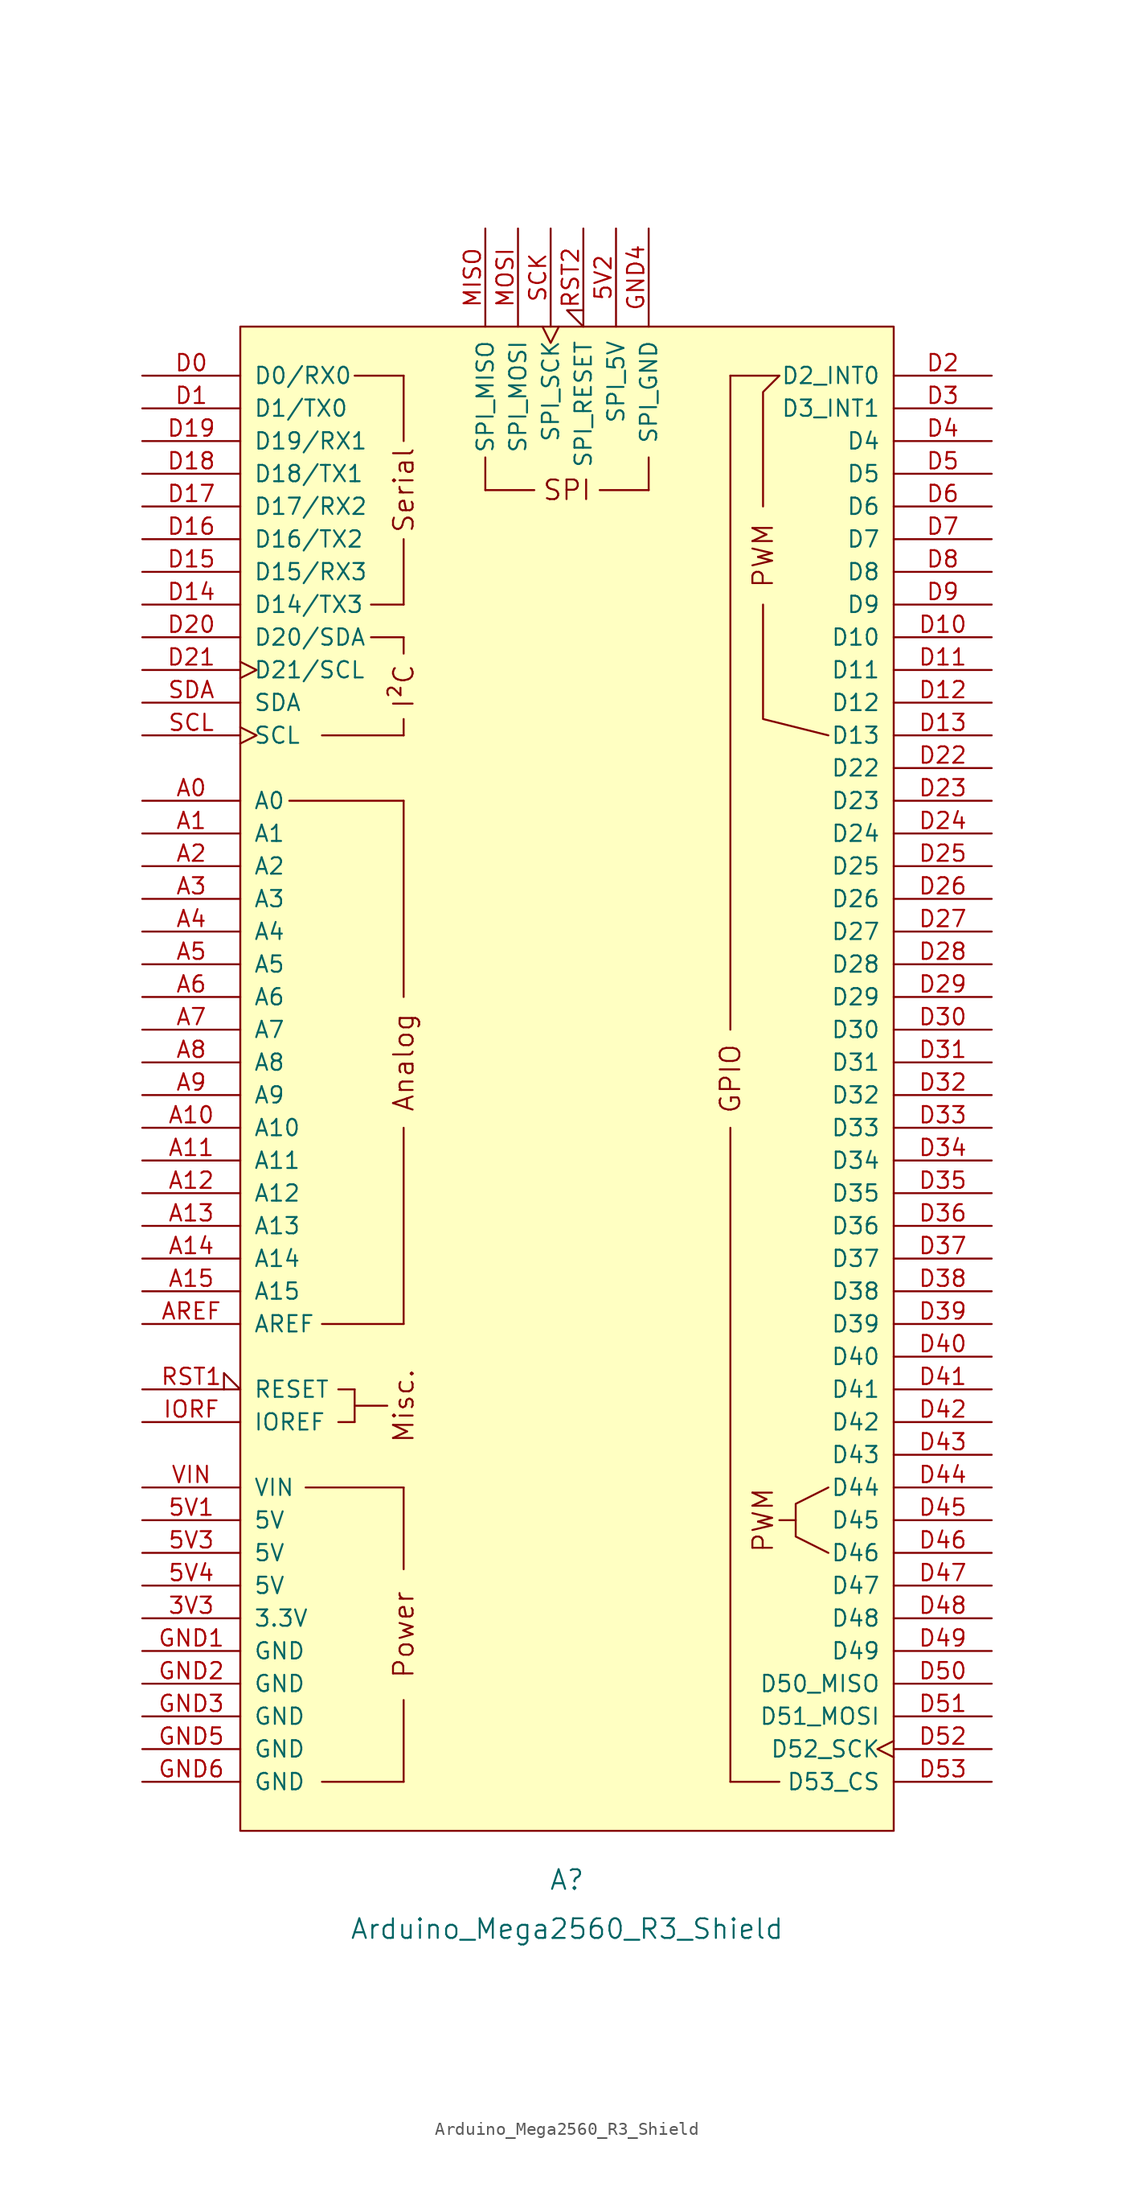
<source format=kicad_sym>
(kicad_symbol_lib
  (version 20211014)
  (generator kicad_symbol_editor)
  (symbol "Arduino_Mega2560_R3_Shield"
    (pin_names
      (offset 1.016))
    (property "Reference" "A"
      (at 0 -62.23 0)
      (effects (font (size 1.524 1.524))))
    (property "Value" "Arduino_Mega2560_R3_Shield"
      (at 0 -66.04 0)
      (effects (font (size 1.524 1.524))))
    (symbol "Arduino_Mega2560_R3_Shield_0_0"
      (rectangle (start -25.4 -58.42) (end 25.4 58.42) (stroke (width 0) (type default) (color 0 0 0 0)) (fill (type background)))
      (rectangle (start -20.32 -31.75) (end -12.7 -31.75) (stroke (width 0) (type default) (color 0 0 0 0)) (fill (type none)))
      (rectangle (start -19.05 -54.61) (end -12.7 -54.61) (stroke (width 0) (type default) (color 0 0 0 0)) (fill (type none)))
      (rectangle (start -19.05 -19.05) (end -12.7 -19.05) (stroke (width 0) (type default) (color 0 0 0 0)) (fill (type none)))
      (rectangle (start -19.05 26.67) (end -12.7 26.67) (stroke (width 0) (type default) (color 0 0 0 0)) (fill (type none)))
      (rectangle (start -17.78 -26.67) (end -16.51 -26.67) (stroke (width 0) (type default) (color 0 0 0 0)) (fill (type none)))
      (rectangle (start -17.78 -24.13) (end -16.51 -24.13) (stroke (width 0) (type default) (color 0 0 0 0)) (fill (type none)))
      (rectangle (start -16.51 -25.4) (end -13.97 -25.4) (stroke (width 0) (type default) (color 0 0 0 0)) (fill (type none)))
      (rectangle (start -16.51 -24.13) (end -16.51 -26.67) (stroke (width 0) (type default) (color 0 0 0 0)) (fill (type none)))
      (rectangle (start -16.51 54.61) (end -12.7 54.61) (stroke (width 0) (type default) (color 0 0 0 0)) (fill (type none)))
      (rectangle (start -15.24 34.29) (end -12.7 34.29) (stroke (width 0) (type default) (color 0 0 0 0)) (fill (type none)))
      (rectangle (start -15.24 36.83) (end -12.7 36.83) (stroke (width 0) (type default) (color 0 0 0 0)) (fill (type none)))
      (rectangle (start -12.7 -54.61) (end -12.7 -48.26) (stroke (width 0) (type default) (color 0 0 0 0)) (fill (type none)))
      (rectangle (start -12.7 -31.75) (end -12.7 -38.1) (stroke (width 0) (type default) (color 0 0 0 0)) (fill (type none)))
      (rectangle (start -12.7 26.67) (end -12.7 27.94) (stroke (width 0) (type default) (color 0 0 0 0)) (fill (type none)))
      (rectangle (start -12.7 34.29) (end -12.7 33.02) (stroke (width 0) (type default) (color 0 0 0 0)) (fill (type none)))
      (rectangle (start -12.7 41.91) (end -12.7 36.83) (stroke (width 0) (type default) (color 0 0 0 0)) (fill (type none)))
      (rectangle (start -12.7 49.53) (end -12.7 54.61) (stroke (width 0) (type default) (color 0 0 0 0)) (fill (type none)))
      (rectangle (start -6.35 48.26) (end -6.35 45.72) (stroke (width 0) (type default) (color 0 0 0 0)) (fill (type none)))
      (rectangle (start -2.54 45.72) (end -6.35 45.72) (stroke (width 0) (type default) (color 0 0 0 0)) (fill (type none)))
      (polyline (pts (xy -21.59 21.59) (xy -12.7 21.59)) (stroke (width 0) (type default) (color 0 0 0 0)) (fill (type none)))
      (polyline (pts (xy -12.7 -19.05) (xy -12.7 -3.81)) (stroke (width 0) (type default) (color 0 0 0 0)) (fill (type none)))
      (polyline (pts (xy -12.7 6.35) (xy -12.7 21.59)) (stroke (width 0) (type default) (color 0 0 0 0)) (fill (type none)))
      (polyline (pts (xy 12.7 -54.61) (xy 16.51 -54.61)) (stroke (width 0) (type default) (color 0 0 0 0)) (fill (type none)))
      (polyline (pts (xy 12.7 54.61) (xy 16.51 54.61)) (stroke (width 0) (type default) (color 0 0 0 0)) (fill (type none)))
      (polyline (pts (xy 17.78 -34.29) (xy 16.51 -34.29)) (stroke (width 0) (type default) (color 0 0 0 0)) (fill (type none)))
      (polyline (pts (xy 15.24 36.83) (xy 15.24 27.94) (xy 20.32 26.67)) (stroke (width 0) (type default) (color 0 0 0 0)) (fill (type none)))
      (polyline (pts (xy 15.24 44.45) (xy 15.24 53.34) (xy 16.51 54.61)) (stroke (width 0) (type default) (color 0 0 0 0)) (fill (type none)))
      (polyline (pts (xy 20.32 -31.75) (xy 17.78 -33.02) (xy 17.78 -35.56) (xy 20.32 -36.83)) (stroke (width 0) (type default) (color 0 0 0 0)) (fill (type none)))
      (rectangle (start 6.35 45.72) (end 2.54 45.72) (stroke (width 0) (type default) (color 0 0 0 0)) (fill (type none)))
      (rectangle (start 6.35 48.26) (end 6.35 45.72) (stroke (width 0) (type default) (color 0 0 0 0)) (fill (type none)))
      (text "Analog" (at -12.7 1.27 900) (effects (font (size 1.524 1.524))))
      (text "I²C" (at -12.7 30.48 900) (effects (font (size 1.524 1.524))))
      (text "Misc." (at -12.7 -25.4 900) (effects (font (size 1.524 1.524))))
      (text "Power" (at -12.7 -43.18 900) (effects (font (size 1.524 1.524))))
      (text "PWM" (at 15.24 -34.29 900) (effects (font (size 1.524 1.524))))
      (text "PWM" (at 15.24 40.64 900) (effects (font (size 1.524 1.524))))
      (text "Serial" (at -12.7 45.72 900) (effects (font (size 1.524 1.524))))
      (text "SPI" (at 0 45.72 0) (effects (font (size 1.524 1.524)))))
    (symbol "Arduino_Mega2560_R3_Shield_1_0"
      (rectangle (start 12.7 -54.61) (end 12.7 -3.81) (stroke (width 0) (type default) (color 0 0 0 0)) (fill (type none)))
      (rectangle (start 12.7 54.61) (end 12.7 3.81) (stroke (width 0) (type default) (color 0 0 0 0)) (fill (type none)))
      (text "GPIO" (at 12.7 0 900) (effects (font (size 1.524 1.524)))))
    (symbol "Arduino_Mega2560_R3_Shield_1_1"
      (pin power_out line (at -33.02 -41.91 0) (length 7.62) (name "3.3V" (effects (font (size 1.27 1.27)))) (number "3V3" (effects (font (size 1.27 1.27)))))
      (pin power_in line (at -33.02 -34.29 0) (length 7.62) (name "5V" (effects (font (size 1.27 1.27)))) (number "5V1" (effects (font (size 1.27 1.27)))))
      (pin power_in line (at 3.81 66.04 270) (length 7.62) (name "SPI_5V" (effects (font (size 1.27 1.27)))) (number "5V2" (effects (font (size 1.27 1.27)))))
      (pin power_in line (at -33.02 -36.83 0) (length 7.62) (name "5V" (effects (font (size 1.27 1.27)))) (number "5V3" (effects (font (size 1.27 1.27)))))
      (pin power_in line (at -33.02 -39.37 0) (length 7.62) (name "5V" (effects (font (size 1.27 1.27)))) (number "5V4" (effects (font (size 1.27 1.27)))))
      (pin bidirectional line (at -33.02 21.59 0) (length 7.62) (name "A0" (effects (font (size 1.27 1.27)))) (number "A0" (effects (font (size 1.27 1.27)))))
      (pin bidirectional line (at -33.02 19.05 0) (length 7.62) (name "A1" (effects (font (size 1.27 1.27)))) (number "A1" (effects (font (size 1.27 1.27)))))
      (pin bidirectional line (at -33.02 -3.81 0) (length 7.62) (name "A10" (effects (font (size 1.27 1.27)))) (number "A10" (effects (font (size 1.27 1.27)))))
      (pin bidirectional line (at -33.02 -6.35 0) (length 7.62) (name "A11" (effects (font (size 1.27 1.27)))) (number "A11" (effects (font (size 1.27 1.27)))))
      (pin bidirectional line (at -33.02 -8.89 0) (length 7.62) (name "A12" (effects (font (size 1.27 1.27)))) (number "A12" (effects (font (size 1.27 1.27)))))
      (pin bidirectional line (at -33.02 -11.43 0) (length 7.62) (name "A13" (effects (font (size 1.27 1.27)))) (number "A13" (effects (font (size 1.27 1.27)))))
      (pin bidirectional line (at -33.02 -13.97 0) (length 7.62) (name "A14" (effects (font (size 1.27 1.27)))) (number "A14" (effects (font (size 1.27 1.27)))))
      (pin bidirectional line (at -33.02 -16.51 0) (length 7.62) (name "A15" (effects (font (size 1.27 1.27)))) (number "A15" (effects (font (size 1.27 1.27)))))
      (pin bidirectional line (at -33.02 16.51 0) (length 7.62) (name "A2" (effects (font (size 1.27 1.27)))) (number "A2" (effects (font (size 1.27 1.27)))))
      (pin bidirectional line (at -33.02 13.97 0) (length 7.62) (name "A3" (effects (font (size 1.27 1.27)))) (number "A3" (effects (font (size 1.27 1.27)))))
      (pin bidirectional line (at -33.02 11.43 0) (length 7.62) (name "A4" (effects (font (size 1.27 1.27)))) (number "A4" (effects (font (size 1.27 1.27)))))
      (pin bidirectional line (at -33.02 8.89 0) (length 7.62) (name "A5" (effects (font (size 1.27 1.27)))) (number "A5" (effects (font (size 1.27 1.27)))))
      (pin bidirectional line (at -33.02 6.35 0) (length 7.62) (name "A6" (effects (font (size 1.27 1.27)))) (number "A6" (effects (font (size 1.27 1.27)))))
      (pin bidirectional line (at -33.02 3.81 0) (length 7.62) (name "A7" (effects (font (size 1.27 1.27)))) (number "A7" (effects (font (size 1.27 1.27)))))
      (pin bidirectional line (at -33.02 1.27 0) (length 7.62) (name "A8" (effects (font (size 1.27 1.27)))) (number "A8" (effects (font (size 1.27 1.27)))))
      (pin bidirectional line (at -33.02 -1.27 0) (length 7.62) (name "A9" (effects (font (size 1.27 1.27)))) (number "A9" (effects (font (size 1.27 1.27)))))
      (pin input line (at -33.02 -19.05 0) (length 7.62) (name "AREF" (effects (font (size 1.27 1.27)))) (number "AREF" (effects (font (size 1.27 1.27)))))
      (pin bidirectional line (at -33.02 54.61 0) (length 7.62) (name "D0/RX0" (effects (font (size 1.27 1.27)))) (number "D0" (effects (font (size 1.27 1.27)))))
      (pin bidirectional line (at -33.02 52.07 0) (length 7.62) (name "D1/TX0" (effects (font (size 1.27 1.27)))) (number "D1" (effects (font (size 1.27 1.27)))))
      (pin bidirectional line (at 33.02 34.29 180) (length 7.62) (name "D10" (effects (font (size 1.27 1.27)))) (number "D10" (effects (font (size 1.27 1.27)))))
      (pin bidirectional line (at 33.02 31.75 180) (length 7.62) (name "D11" (effects (font (size 1.27 1.27)))) (number "D11" (effects (font (size 1.27 1.27)))))
      (pin bidirectional line (at 33.02 29.21 180) (length 7.62) (name "D12" (effects (font (size 1.27 1.27)))) (number "D12" (effects (font (size 1.27 1.27)))))
      (pin bidirectional line (at 33.02 26.67 180) (length 7.62) (name "D13" (effects (font (size 1.27 1.27)))) (number "D13" (effects (font (size 1.27 1.27)))))
      (pin bidirectional line (at -33.02 36.83 0) (length 7.62) (name "D14/TX3" (effects (font (size 1.27 1.27)))) (number "D14" (effects (font (size 1.27 1.27)))))
      (pin bidirectional line (at -33.02 39.37 0) (length 7.62) (name "D15/RX3" (effects (font (size 1.27 1.27)))) (number "D15" (effects (font (size 1.27 1.27)))))
      (pin bidirectional line (at -33.02 41.91 0) (length 7.62) (name "D16/TX2" (effects (font (size 1.27 1.27)))) (number "D16" (effects (font (size 1.27 1.27)))))
      (pin bidirectional line (at -33.02 44.45 0) (length 7.62) (name "D17/RX2" (effects (font (size 1.27 1.27)))) (number "D17" (effects (font (size 1.27 1.27)))))
      (pin bidirectional line (at -33.02 46.99 0) (length 7.62) (name "D18/TX1" (effects (font (size 1.27 1.27)))) (number "D18" (effects (font (size 1.27 1.27)))))
      (pin bidirectional line (at -33.02 49.53 0) (length 7.62) (name "D19/RX1" (effects (font (size 1.27 1.27)))) (number "D19" (effects (font (size 1.27 1.27)))))
      (pin bidirectional line (at 33.02 54.61 180) (length 7.62) (name "D2_INT0" (effects (font (size 1.27 1.27)))) (number "D2" (effects (font (size 1.27 1.27)))))
      (pin bidirectional line (at -33.02 34.29 0) (length 7.62) (name "D20/SDA" (effects (font (size 1.27 1.27)))) (number "D20" (effects (font (size 1.27 1.27)))))
      (pin bidirectional clock (at -33.02 31.75 0) (length 7.62) (name "D21/SCL" (effects (font (size 1.27 1.27)))) (number "D21" (effects (font (size 1.27 1.27)))))
      (pin bidirectional line (at 33.02 24.13 180) (length 7.62) (name "D22" (effects (font (size 1.27 1.27)))) (number "D22" (effects (font (size 1.27 1.27)))))
      (pin bidirectional line (at 33.02 21.59 180) (length 7.62) (name "D23" (effects (font (size 1.27 1.27)))) (number "D23" (effects (font (size 1.27 1.27)))))
      (pin bidirectional line (at 33.02 19.05 180) (length 7.62) (name "D24" (effects (font (size 1.27 1.27)))) (number "D24" (effects (font (size 1.27 1.27)))))
      (pin bidirectional line (at 33.02 16.51 180) (length 7.62) (name "D25" (effects (font (size 1.27 1.27)))) (number "D25" (effects (font (size 1.27 1.27)))))
      (pin bidirectional line (at 33.02 13.97 180) (length 7.62) (name "D26" (effects (font (size 1.27 1.27)))) (number "D26" (effects (font (size 1.27 1.27)))))
      (pin bidirectional line (at 33.02 11.43 180) (length 7.62) (name "D27" (effects (font (size 1.27 1.27)))) (number "D27" (effects (font (size 1.27 1.27)))))
      (pin bidirectional line (at 33.02 8.89 180) (length 7.62) (name "D28" (effects (font (size 1.27 1.27)))) (number "D28" (effects (font (size 1.27 1.27)))))
      (pin bidirectional line (at 33.02 6.35 180) (length 7.62) (name "D29" (effects (font (size 1.27 1.27)))) (number "D29" (effects (font (size 1.27 1.27)))))
      (pin bidirectional line (at 33.02 52.07 180) (length 7.62) (name "D3_INT1" (effects (font (size 1.27 1.27)))) (number "D3" (effects (font (size 1.27 1.27)))))
      (pin bidirectional line (at 33.02 3.81 180) (length 7.62) (name "D30" (effects (font (size 1.27 1.27)))) (number "D30" (effects (font (size 1.27 1.27)))))
      (pin bidirectional line (at 33.02 1.27 180) (length 7.62) (name "D31" (effects (font (size 1.27 1.27)))) (number "D31" (effects (font (size 1.27 1.27)))))
      (pin bidirectional line (at 33.02 -1.27 180) (length 7.62) (name "D32" (effects (font (size 1.27 1.27)))) (number "D32" (effects (font (size 1.27 1.27)))))
      (pin bidirectional line (at 33.02 -3.81 180) (length 7.62) (name "D33" (effects (font (size 1.27 1.27)))) (number "D33" (effects (font (size 1.27 1.27)))))
      (pin bidirectional line (at 33.02 -6.35 180) (length 7.62) (name "D34" (effects (font (size 1.27 1.27)))) (number "D34" (effects (font (size 1.27 1.27)))))
      (pin bidirectional line (at 33.02 -8.89 180) (length 7.62) (name "D35" (effects (font (size 1.27 1.27)))) (number "D35" (effects (font (size 1.27 1.27)))))
      (pin bidirectional line (at 33.02 -11.43 180) (length 7.62) (name "D36" (effects (font (size 1.27 1.27)))) (number "D36" (effects (font (size 1.27 1.27)))))
      (pin bidirectional line (at 33.02 -13.97 180) (length 7.62) (name "D37" (effects (font (size 1.27 1.27)))) (number "D37" (effects (font (size 1.27 1.27)))))
      (pin bidirectional line (at 33.02 -16.51 180) (length 7.62) (name "D38" (effects (font (size 1.27 1.27)))) (number "D38" (effects (font (size 1.27 1.27)))))
      (pin bidirectional line (at 33.02 -19.05 180) (length 7.62) (name "D39" (effects (font (size 1.27 1.27)))) (number "D39" (effects (font (size 1.27 1.27)))))
      (pin bidirectional line (at 33.02 49.53 180) (length 7.62) (name "D4" (effects (font (size 1.27 1.27)))) (number "D4" (effects (font (size 1.27 1.27)))))
      (pin bidirectional line (at 33.02 -21.59 180) (length 7.62) (name "D40" (effects (font (size 1.27 1.27)))) (number "D40" (effects (font (size 1.27 1.27)))))
      (pin bidirectional line (at 33.02 -24.13 180) (length 7.62) (name "D41" (effects (font (size 1.27 1.27)))) (number "D41" (effects (font (size 1.27 1.27)))))
      (pin bidirectional line (at 33.02 -26.67 180) (length 7.62) (name "D42" (effects (font (size 1.27 1.27)))) (number "D42" (effects (font (size 1.27 1.27)))))
      (pin bidirectional line (at 33.02 -29.21 180) (length 7.62) (name "D43" (effects (font (size 1.27 1.27)))) (number "D43" (effects (font (size 1.27 1.27)))))
      (pin bidirectional line (at 33.02 -31.75 180) (length 7.62) (name "D44" (effects (font (size 1.27 1.27)))) (number "D44" (effects (font (size 1.27 1.27)))))
      (pin bidirectional line (at 33.02 -34.29 180) (length 7.62) (name "D45" (effects (font (size 1.27 1.27)))) (number "D45" (effects (font (size 1.27 1.27)))))
      (pin bidirectional line (at 33.02 -36.83 180) (length 7.62) (name "D46" (effects (font (size 1.27 1.27)))) (number "D46" (effects (font (size 1.27 1.27)))))
      (pin bidirectional line (at 33.02 -39.37 180) (length 7.62) (name "D47" (effects (font (size 1.27 1.27)))) (number "D47" (effects (font (size 1.27 1.27)))))
      (pin bidirectional line (at 33.02 -41.91 180) (length 7.62) (name "D48" (effects (font (size 1.27 1.27)))) (number "D48" (effects (font (size 1.27 1.27)))))
      (pin bidirectional line (at 33.02 -44.45 180) (length 7.62) (name "D49" (effects (font (size 1.27 1.27)))) (number "D49" (effects (font (size 1.27 1.27)))))
      (pin bidirectional line (at 33.02 46.99 180) (length 7.62) (name "D5" (effects (font (size 1.27 1.27)))) (number "D5" (effects (font (size 1.27 1.27)))))
      (pin bidirectional line (at 33.02 -46.99 180) (length 7.62) (name "D50_MISO" (effects (font (size 1.27 1.27)))) (number "D50" (effects (font (size 1.27 1.27)))))
      (pin bidirectional line (at 33.02 -49.53 180) (length 7.62) (name "D51_MOSI" (effects (font (size 1.27 1.27)))) (number "D51" (effects (font (size 1.27 1.27)))))
      (pin bidirectional clock (at 33.02 -52.07 180) (length 7.62) (name "D52_SCK" (effects (font (size 1.27 1.27)))) (number "D52" (effects (font (size 1.27 1.27)))))
      (pin bidirectional line (at 33.02 -54.61 180) (length 7.62) (name "D53_CS" (effects (font (size 1.27 1.27)))) (number "D53" (effects (font (size 1.27 1.27)))))
      (pin bidirectional line (at 33.02 44.45 180) (length 7.62) (name "D6" (effects (font (size 1.27 1.27)))) (number "D6" (effects (font (size 1.27 1.27)))))
      (pin bidirectional line (at 33.02 41.91 180) (length 7.62) (name "D7" (effects (font (size 1.27 1.27)))) (number "D7" (effects (font (size 1.27 1.27)))))
      (pin bidirectional line (at 33.02 39.37 180) (length 7.62) (name "D8" (effects (font (size 1.27 1.27)))) (number "D8" (effects (font (size 1.27 1.27)))))
      (pin bidirectional line (at 33.02 36.83 180) (length 7.62) (name "D9" (effects (font (size 1.27 1.27)))) (number "D9" (effects (font (size 1.27 1.27)))))
      (pin power_in line (at -33.02 -44.45 0) (length 7.62) (name "GND" (effects (font (size 1.27 1.27)))) (number "GND1" (effects (font (size 1.27 1.27)))))
      (pin power_in line (at -33.02 -46.99 0) (length 7.62) (name "GND" (effects (font (size 1.27 1.27)))) (number "GND2" (effects (font (size 1.27 1.27)))))
      (pin power_in line (at -33.02 -49.53 0) (length 7.62) (name "GND" (effects (font (size 1.27 1.27)))) (number "GND3" (effects (font (size 1.27 1.27)))))
      (pin power_in line (at 6.35 66.04 270) (length 7.62) (name "SPI_GND" (effects (font (size 1.27 1.27)))) (number "GND4" (effects (font (size 1.27 1.27)))))
      (pin power_in line (at -33.02 -52.07 0) (length 7.62) (name "GND" (effects (font (size 1.27 1.27)))) (number "GND5" (effects (font (size 1.27 1.27)))))
      (pin power_in line (at -33.02 -54.61 0) (length 7.62) (name "GND" (effects (font (size 1.27 1.27)))) (number "GND6" (effects (font (size 1.27 1.27)))))
      (pin output line (at -33.02 -26.67 0) (length 7.62) (name "IOREF" (effects (font (size 1.27 1.27)))) (number "IORF" (effects (font (size 1.27 1.27)))))
      (pin input line (at -6.35 66.04 270) (length 7.62) (name "SPI_MISO" (effects (font (size 1.27 1.27)))) (number "MISO" (effects (font (size 1.27 1.27)))))
      (pin output line (at -3.81 66.04 270) (length 7.62) (name "SPI_MOSI" (effects (font (size 1.27 1.27)))) (number "MOSI" (effects (font (size 1.27 1.27)))))
      (pin open_collector input_low (at -33.02 -24.13 0) (length 7.62) (name "RESET" (effects (font (size 1.27 1.27)))) (number "RST1" (effects (font (size 1.27 1.27)))))
      (pin open_collector input_low (at 1.27 66.04 270) (length 7.62) (name "SPI_RESET" (effects (font (size 1.27 1.27)))) (number "RST2" (effects (font (size 1.27 1.27)))))
      (pin output clock (at -1.27 66.04 270) (length 7.62) (name "SPI_SCK" (effects (font (size 1.27 1.27)))) (number "SCK" (effects (font (size 1.27 1.27)))))
      (pin bidirectional clock (at -33.02 26.67 0) (length 7.62) (name "SCL" (effects (font (size 1.27 1.27)))) (number "SCL" (effects (font (size 1.27 1.27)))))
      (pin bidirectional line (at -33.02 29.21 0) (length 7.62) (name "SDA" (effects (font (size 1.27 1.27)))) (number "SDA" (effects (font (size 1.27 1.27)))))
      (pin power_in line (at -33.02 -31.75 0) (length 7.62) (name "VIN" (effects (font (size 1.27 1.27)))) (number "VIN" (effects (font (size 1.27 1.27))))))))
</source>
